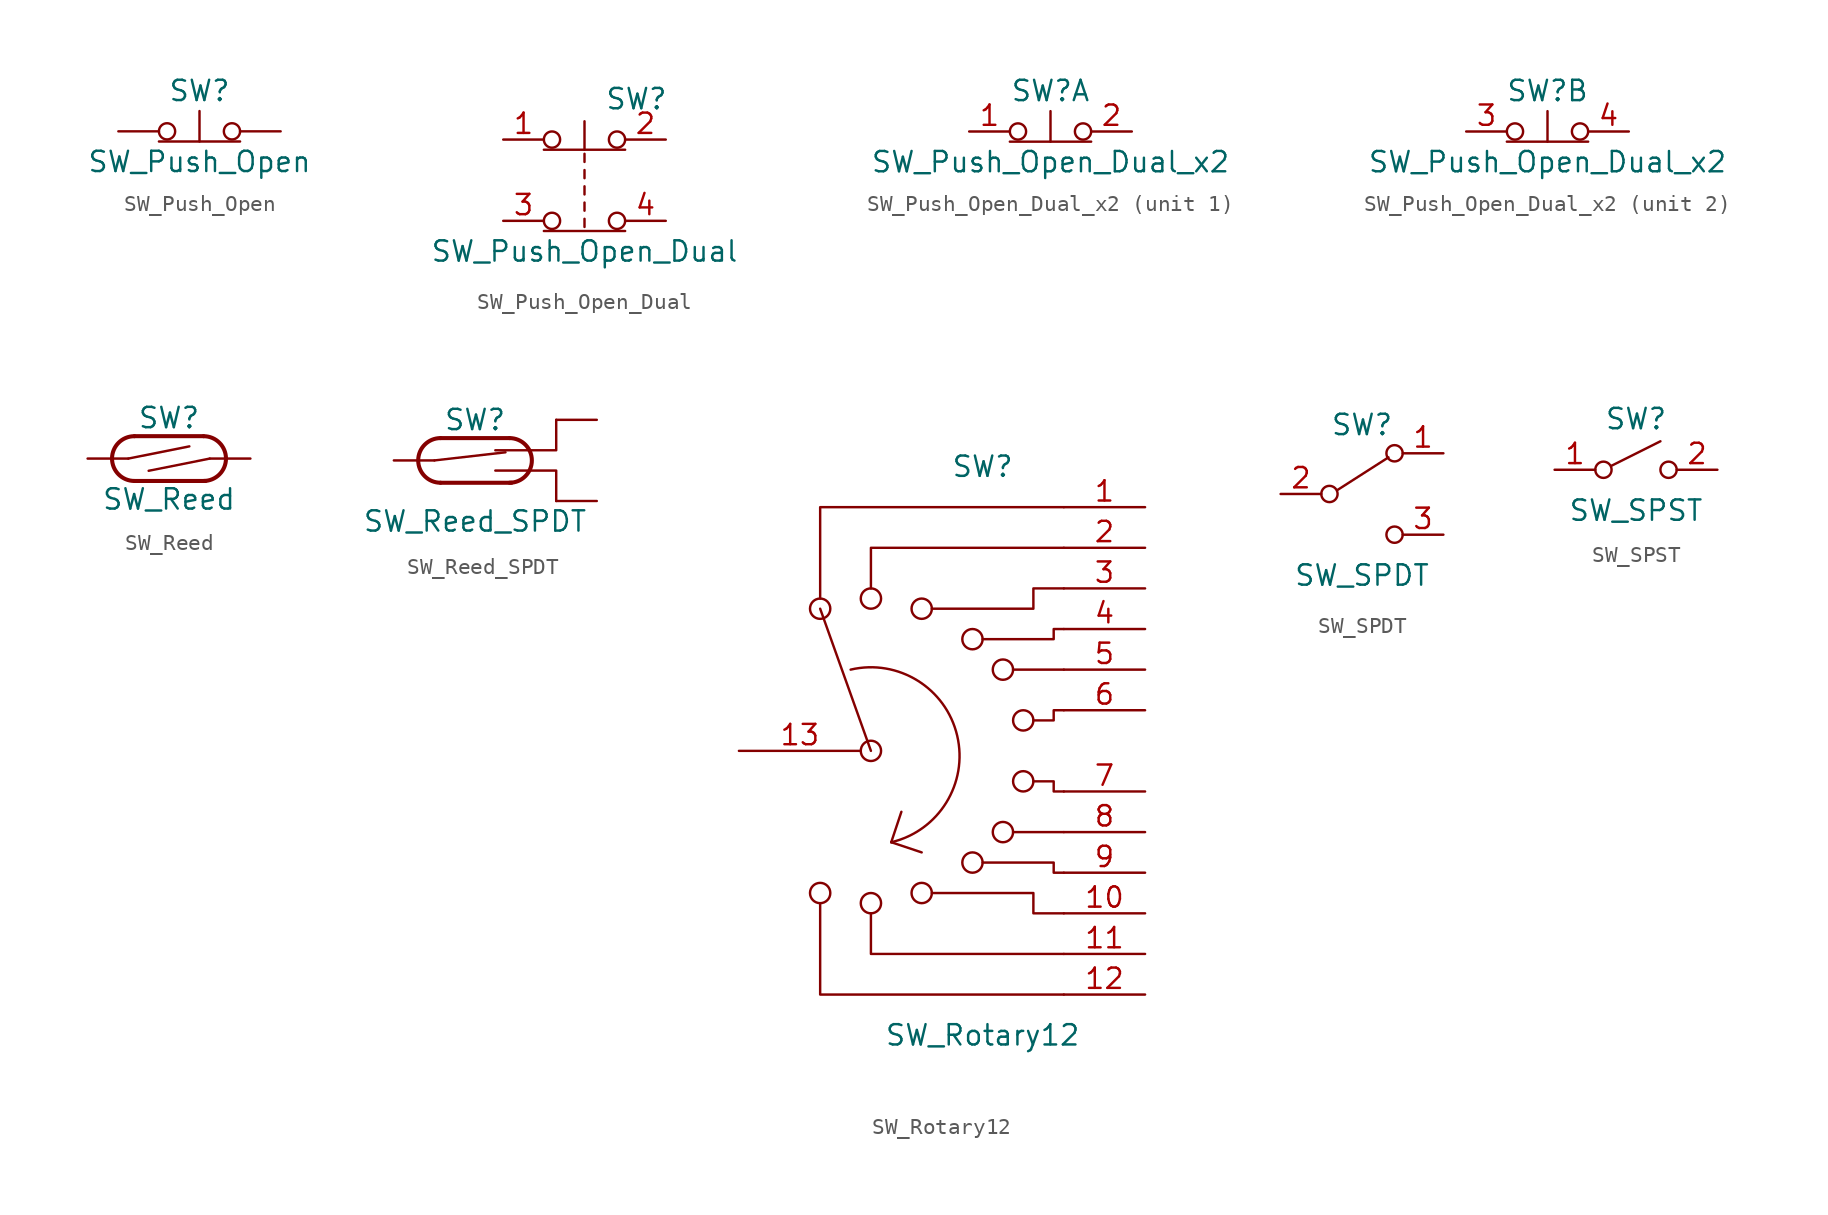
<source format=kicad_sym>
(kicad_symbol_lib
  (version 20211014)
  (generator kicad_symbol_editor)
  (symbol "SW_Push_Open"
    (pin_numbers hide)
    (pin_names
      (offset 1.016) hide)
    (property "Reference" "SW"
      (at 0 2.54 0)
      (effects (font (size 1.27 1.27))))
    (property "Value" "SW_Push_Open"
      (at 0 -1.905 0)
      (effects (font (size 1.27 1.27))))
    (symbol "SW_Push_Open_0_1"
      (circle (center -2.032 0) (radius 0.508) (stroke (width 0) (type default) (color 0 0 0 0)) (fill (type none)))
      (polyline (pts (xy -2.54 -0.635) (xy 2.54 -0.635)) (stroke (width 0) (type default) (color 0 0 0 0)) (fill (type none)))
      (polyline (pts (xy 0 -0.635) (xy 0 1.27)) (stroke (width 0) (type default) (color 0 0 0 0)) (fill (type none)))
      (circle (center 2.032 0) (radius 0.508) (stroke (width 0) (type default) (color 0 0 0 0)) (fill (type none)))
      (pin passive line (at -5.08 0 0) (length 2.54) (name "A" (effects (font (size 1.27 1.27)))) (number "1" (effects (font (size 1.27 1.27))))))
    (symbol "SW_Push_Open_1_1"
      (pin passive line (at 5.08 0 180) (length 2.54) (name "B" (effects (font (size 1.27 1.27)))) (number "2" (effects (font (size 1.27 1.27)))))))
  (symbol "SW_Push_Open_Dual"
    (pin_names
      (offset 1.016) hide)
    (property "Reference" "SW"
      (at 1.27 2.54 0)
      (effects (font (size 1.27 1.27)) (justify left)))
    (property "Value" "SW_Push_Open_Dual"
      (at 0 -6.985 0)
      (effects (font (size 1.27 1.27))))
    (symbol "SW_Push_Open_Dual_0_1"
      (circle (center -2.032 -5.08) (radius 0.508) (stroke (width 0) (type default) (color 0 0 0 0)) (fill (type none)))
      (circle (center -2.032 0) (radius 0.508) (stroke (width 0) (type default) (color 0 0 0 0)) (fill (type none)))
      (polyline (pts (xy 0 -4.953) (xy 0 -5.461)) (stroke (width 0) (type default) (color 0 0 0 0)) (fill (type none)))
      (polyline (pts (xy 0 -3.937) (xy 0 -4.445)) (stroke (width 0) (type default) (color 0 0 0 0)) (fill (type none)))
      (polyline (pts (xy 0 -3.429) (xy 0 -2.921)) (stroke (width 0) (type default) (color 0 0 0 0)) (fill (type none)))
      (polyline (pts (xy 0 -2.413) (xy 0 -1.905)) (stroke (width 0) (type default) (color 0 0 0 0)) (fill (type none)))
      (polyline (pts (xy 0 -1.397) (xy 0 -0.889)) (stroke (width 0) (type default) (color 0 0 0 0)) (fill (type none)))
      (polyline (pts (xy 0 -0.635) (xy 0 1.143)) (stroke (width 0) (type default) (color 0 0 0 0)) (fill (type none)))
      (polyline (pts (xy 2.54 -5.715) (xy -2.54 -5.715)) (stroke (width 0) (type default) (color 0 0 0 0)) (fill (type none)))
      (polyline (pts (xy 2.54 -0.635) (xy -2.54 -0.635)) (stroke (width 0) (type default) (color 0 0 0 0)) (fill (type none)))
      (circle (center 2.032 -5.08) (radius 0.508) (stroke (width 0) (type default) (color 0 0 0 0)) (fill (type none)))
      (circle (center 2.032 0) (radius 0.508) (stroke (width 0) (type default) (color 0 0 0 0)) (fill (type none)))
      (pin passive line (at -5.08 0 0) (length 2.54) (name "1" (effects (font (size 1.27 1.27)))) (number "1" (effects (font (size 1.27 1.27)))))
      (pin passive line (at 5.08 0 180) (length 2.54) (name "2" (effects (font (size 1.27 1.27)))) (number "2" (effects (font (size 1.27 1.27)))))
      (pin passive line (at -5.08 -5.08 0) (length 2.54) (name "3" (effects (font (size 1.27 1.27)))) (number "3" (effects (font (size 1.27 1.27)))))
      (pin passive line (at 5.08 -5.08 180) (length 2.54) (name "4" (effects (font (size 1.27 1.27)))) (number "4" (effects (font (size 1.27 1.27)))))))
  (symbol "SW_Push_Open_Dual_x2"
    (pin_names
      (offset 1.016) hide)
    (property "Reference" "SW"
      (at 0 2.54 0)
      (effects (font (size 1.27 1.27))))
    (property "Value" "SW_Push_Open_Dual_x2"
      (at 0 -1.905 0)
      (effects (font (size 1.27 1.27))))
    (symbol "SW_Push_Open_Dual_x2_0_1"
      (circle (center -2.032 0) (radius 0.508) (stroke (width 0) (type default) (color 0 0 0 0)) (fill (type none)))
      (polyline (pts (xy -2.54 -0.635) (xy 2.54 -0.635)) (stroke (width 0) (type default) (color 0 0 0 0)) (fill (type none)))
      (polyline (pts (xy 0 -0.635) (xy 0 1.27)) (stroke (width 0) (type default) (color 0 0 0 0)) (fill (type none)))
      (circle (center 2.032 0) (radius 0.508) (stroke (width 0) (type default) (color 0 0 0 0)) (fill (type none))))
    (symbol "SW_Push_Open_Dual_x2_1_1"
      (pin passive line (at -5.08 0 0) (length 2.54) (name "1" (effects (font (size 1.27 1.27)))) (number "1" (effects (font (size 1.27 1.27)))))
      (pin passive line (at 5.08 0 180) (length 2.54) (name "2" (effects (font (size 1.27 1.27)))) (number "2" (effects (font (size 1.27 1.27))))))
    (symbol "SW_Push_Open_Dual_x2_2_1"
      (pin passive line (at -5.08 0 0) (length 2.54) (name "1" (effects (font (size 1.27 1.27)))) (number "3" (effects (font (size 1.27 1.27)))))
      (pin passive line (at 5.08 0 180) (length 2.54) (name "2" (effects (font (size 1.27 1.27)))) (number "4" (effects (font (size 1.27 1.27)))))))
  (symbol "SW_Reed"
    (pin_numbers hide)
    (pin_names
      (offset 0) hide)
    (property "Reference" "SW"
      (at 0 2.54 0)
      (effects (font (size 1.27 1.27))))
    (property "Value" "SW_Reed"
      (at 0 -2.54 0)
      (effects (font (size 1.27 1.27))))
    (symbol "SW_Reed_0_0"
      (arc (start -2.159 1.397) (mid -3.556 0) (end -2.159 -1.397) (stroke (width 0.254) (type default) (color 0 0 0 0)) (fill (type none)))
      (polyline (pts (xy -2.54 0) (xy 1.27 0.762)) (stroke (width 0) (type default) (color 0 0 0 0)) (fill (type none)))
      (polyline (pts (xy -2.159 -1.397) (xy 2.286 -1.397)) (stroke (width 0.254) (type default) (color 0 0 0 0)) (fill (type none)))
      (polyline (pts (xy 2.159 1.397) (xy -2.159 1.397)) (stroke (width 0.254) (type default) (color 0 0 0 0)) (fill (type none)))
      (polyline (pts (xy 2.54 0) (xy -1.27 -0.762)) (stroke (width 0) (type default) (color 0 0 0 0)) (fill (type none)))
      (arc (start 2.159 -1.397) (mid 3.556 0) (end 2.159 1.397) (stroke (width 0.254) (type default) (color 0 0 0 0)) (fill (type none))))
    (symbol "SW_Reed_1_1"
      (pin passive line (at -5.08 0 0) (length 2.54) (name "1" (effects (font (size 1.27 1.27)))) (number "1" (effects (font (size 1.27 1.27)))))
      (pin passive line (at 5.08 0 180) (length 2.54) (name "2" (effects (font (size 1.27 1.27)))) (number "2" (effects (font (size 1.27 1.27)))))))
  (symbol "SW_Reed_SPDT"
    (pin_numbers hide)
    (pin_names
      (offset 0) hide)
    (property "Reference" "SW"
      (at 0 2.54 0)
      (effects (font (size 1.27 1.27))))
    (property "Value" "SW_Reed_SPDT"
      (at 0 -3.81 0)
      (effects (font (size 1.27 1.27))))
    (symbol "SW_Reed_SPDT_0_0"
      (arc (start -2.159 1.397) (mid -3.556 0) (end -2.159 -1.397) (stroke (width 0.254) (type default) (color 0 0 0 0)) (fill (type none)))
      (polyline (pts (xy -2.54 0) (xy 1.905 0.508)) (stroke (width 0) (type default) (color 0 0 0 0)) (fill (type none)))
      (polyline (pts (xy -2.159 -1.397) (xy 2.286 -1.397)) (stroke (width 0.254) (type default) (color 0 0 0 0)) (fill (type none)))
      (polyline (pts (xy 2.159 1.397) (xy -2.159 1.397)) (stroke (width 0.254) (type default) (color 0 0 0 0)) (fill (type none)))
      (arc (start 2.159 -1.397) (mid 3.556 0) (end 2.159 1.397) (stroke (width 0.254) (type default) (color 0 0 0 0)) (fill (type none))))
    (symbol "SW_Reed_SPDT_0_1"
      (polyline (pts (xy 1.27 -0.635) (xy 5.08 -0.635) (xy 5.08 -2.54)) (stroke (width 0) (type default) (color 0 0 0 0)) (fill (type none)))
      (polyline (pts (xy 1.27 0.635) (xy 5.08 0.635) (xy 5.08 2.54)) (stroke (width 0) (type default) (color 0 0 0 0)) (fill (type none))))
    (symbol "SW_Reed_SPDT_1_1"
      (pin passive line (at 7.62 2.54 180) (length 2.54) (name "1" (effects (font (size 1.27 1.27)))) (number "1" (effects (font (size 1.27 1.27)))))
      (pin passive line (at -5.08 0 0) (length 2.54) (name "2" (effects (font (size 1.27 1.27)))) (number "2" (effects (font (size 1.27 1.27)))))
      (pin passive line (at 7.62 -2.54 180) (length 2.54) (name "3" (effects (font (size 1.27 1.27)))) (number "3" (effects (font (size 1.27 1.27)))))))
  (symbol "SW_Rotary12"
    (pin_names
      (offset 1.016) hide)
    (property "Reference" "SW"
      (at 0 17.78 0)
      (effects (font (size 1.27 1.27))))
    (property "Value" "SW_Rotary12"
      (at 0 -17.78 0)
      (effects (font (size 1.27 1.27))))
    (symbol "SW_Rotary12_0_0"
      (circle (center -10.16 -8.89) (radius 0.635) (stroke (width 0) (type default) (color 0 0 0 0)) (fill (type none)))
      (circle (center -10.16 8.89) (radius 0.635) (stroke (width 0) (type default) (color 0 0 0 0)) (fill (type none)))
      (circle (center -6.985 -9.525) (radius 0.635) (stroke (width 0) (type default) (color 0 0 0 0)) (fill (type none)))
      (circle (center -6.985 0) (radius 0.635) (stroke (width 0) (type default) (color 0 0 0 0)) (fill (type none)))
      (circle (center -6.985 9.525) (radius 0.635) (stroke (width 0) (type default) (color 0 0 0 0)) (fill (type none)))
      (arc (start -5.715 -5.715) (mid -1.5995 0.937) (end -8.255 5.08) (stroke (width 0) (type default) (color 0 0 0 0)) (fill (type none)))
      (circle (center -3.81 -8.89) (radius 0.635) (stroke (width 0) (type default) (color 0 0 0 0)) (fill (type none)))
      (circle (center -3.81 8.89) (radius 0.635) (stroke (width 0) (type default) (color 0 0 0 0)) (fill (type none)))
      (circle (center -0.635 -6.985) (radius 0.635) (stroke (width 0) (type default) (color 0 0 0 0)) (fill (type none)))
      (circle (center -0.635 6.985) (radius 0.635) (stroke (width 0) (type default) (color 0 0 0 0)) (fill (type none)))
      (polyline (pts (xy -6.985 0) (xy -10.16 8.89)) (stroke (width 0) (type default) (color 0 0 0 0)) (fill (type none)))
      (polyline (pts (xy -5.715 -5.715) (xy -5.08 -3.81)) (stroke (width 0) (type default) (color 0 0 0 0)) (fill (type none)))
      (polyline (pts (xy -5.715 -5.715) (xy -3.81 -6.35)) (stroke (width 0) (type default) (color 0 0 0 0)) (fill (type none)))
      (polyline (pts (xy 1.905 -5.08) (xy 5.08 -5.08)) (stroke (width 0) (type default) (color 0 0 0 0)) (fill (type none)))
      (polyline (pts (xy 1.905 5.08) (xy 5.08 5.08)) (stroke (width 0) (type default) (color 0 0 0 0)) (fill (type none)))
      (polyline (pts (xy -10.16 -9.525) (xy -10.16 -15.24) (xy 5.08 -15.24)) (stroke (width 0) (type default) (color 0 0 0 0)) (fill (type none)))
      (polyline (pts (xy -10.16 9.525) (xy -10.16 15.24) (xy 5.08 15.24)) (stroke (width 0) (type default) (color 0 0 0 0)) (fill (type none)))
      (polyline (pts (xy -6.985 -10.16) (xy -6.985 -12.7) (xy 5.08 -12.7)) (stroke (width 0) (type default) (color 0 0 0 0)) (fill (type none)))
      (polyline (pts (xy -6.985 10.16) (xy -6.985 12.7) (xy 5.08 12.7)) (stroke (width 0) (type default) (color 0 0 0 0)) (fill (type none)))
      (polyline (pts (xy -3.175 -8.89) (xy 3.175 -8.89) (xy 3.175 -10.16) (xy 5.08 -10.16)) (stroke (width 0) (type default) (color 0 0 0 0)) (fill (type none)))
      (polyline (pts (xy -3.175 8.89) (xy 3.175 8.89) (xy 3.175 10.16) (xy 5.08 10.16)) (stroke (width 0) (type default) (color 0 0 0 0)) (fill (type none)))
      (polyline (pts (xy 0 -6.985) (xy 4.445 -6.985) (xy 4.445 -7.62) (xy 5.08 -7.62)) (stroke (width 0) (type default) (color 0 0 0 0)) (fill (type none)))
      (polyline (pts (xy 0 6.985) (xy 4.445 6.985) (xy 4.445 7.62) (xy 5.08 7.62)) (stroke (width 0) (type default) (color 0 0 0 0)) (fill (type none)))
      (polyline (pts (xy 3.175 -1.905) (xy 4.445 -1.905) (xy 4.445 -2.54) (xy 5.08 -2.54)) (stroke (width 0) (type default) (color 0 0 0 0)) (fill (type none)))
      (polyline (pts (xy 3.175 1.905) (xy 4.445 1.905) (xy 4.445 2.54) (xy 5.08 2.54)) (stroke (width 0) (type default) (color 0 0 0 0)) (fill (type none)))
      (circle (center 1.27 -5.08) (radius 0.635) (stroke (width 0) (type default) (color 0 0 0 0)) (fill (type none)))
      (circle (center 1.27 5.08) (radius 0.635) (stroke (width 0) (type default) (color 0 0 0 0)) (fill (type none)))
      (circle (center 2.54 -1.905) (radius 0.635) (stroke (width 0) (type default) (color 0 0 0 0)) (fill (type none)))
      (circle (center 2.54 1.905) (radius 0.635) (stroke (width 0) (type default) (color 0 0 0 0)) (fill (type none))))
    (symbol "SW_Rotary12_0_1"
      (pin passive line (at 10.16 15.24 180) (length 5.08) (name "1" (effects (font (size 1.27 1.27)))) (number "1" (effects (font (size 1.27 1.27)))))
      (pin passive line (at 10.16 -10.16 180) (length 5.08) (name "10" (effects (font (size 1.27 1.27)))) (number "10" (effects (font (size 1.27 1.27)))))
      (pin passive line (at 10.16 -12.7 180) (length 5.08) (name "11" (effects (font (size 1.27 1.27)))) (number "11" (effects (font (size 1.27 1.27)))))
      (pin passive line (at 10.16 -15.24 180) (length 5.08) (name "12" (effects (font (size 1.27 1.27)))) (number "12" (effects (font (size 1.27 1.27)))))
      (pin passive line (at -15.24 0 0) (length 7.62) (name "13" (effects (font (size 1.27 1.27)))) (number "13" (effects (font (size 1.27 1.27)))))
      (pin passive line (at 10.16 12.7 180) (length 5.08) (name "2" (effects (font (size 1.27 1.27)))) (number "2" (effects (font (size 1.27 1.27)))))
      (pin passive line (at 10.16 10.16 180) (length 5.08) (name "3" (effects (font (size 1.27 1.27)))) (number "3" (effects (font (size 1.27 1.27)))))
      (pin passive line (at 10.16 7.62 180) (length 5.08) (name "4" (effects (font (size 1.27 1.27)))) (number "4" (effects (font (size 1.27 1.27)))))
      (pin passive line (at 10.16 5.08 180) (length 5.08) (name "5" (effects (font (size 1.27 1.27)))) (number "5" (effects (font (size 1.27 1.27)))))
      (pin passive line (at 10.16 2.54 180) (length 5.08) (name "6" (effects (font (size 1.27 1.27)))) (number "6" (effects (font (size 1.27 1.27)))))
      (pin passive line (at 10.16 -2.54 180) (length 5.08) (name "7" (effects (font (size 1.27 1.27)))) (number "7" (effects (font (size 1.27 1.27)))))
      (pin passive line (at 10.16 -5.08 180) (length 5.08) (name "8" (effects (font (size 1.27 1.27)))) (number "8" (effects (font (size 1.27 1.27)))))
      (pin passive line (at 10.16 -7.62 180) (length 5.08) (name "9" (effects (font (size 1.27 1.27)))) (number "9" (effects (font (size 1.27 1.27)))))))
  (symbol "SW_SPDT"
    (pin_names
      (offset 0) hide)
    (property "Reference" "SW"
      (at 0 4.318 0)
      (effects (font (size 1.27 1.27))))
    (property "Value" "SW_SPDT"
      (at 0 -5.08 0)
      (effects (font (size 1.27 1.27))))
    (symbol "SW_SPDT_0_0"
      (circle (center -2.032 0) (radius 0.508) (stroke (width 0) (type default) (color 0 0 0 0)) (fill (type none)))
      (circle (center 2.032 -2.54) (radius 0.508) (stroke (width 0) (type default) (color 0 0 0 0)) (fill (type none))))
    (symbol "SW_SPDT_0_1"
      (polyline (pts (xy -1.524 0.254) (xy 1.651 2.286)) (stroke (width 0) (type default) (color 0 0 0 0)) (fill (type none)))
      (circle (center 2.032 2.54) (radius 0.508) (stroke (width 0) (type default) (color 0 0 0 0)) (fill (type none))))
    (symbol "SW_SPDT_1_1"
      (pin passive line (at 5.08 2.54 180) (length 2.54) (name "A" (effects (font (size 1.27 1.27)))) (number "1" (effects (font (size 1.27 1.27)))))
      (pin passive line (at -5.08 0 0) (length 2.54) (name "B" (effects (font (size 1.27 1.27)))) (number "2" (effects (font (size 1.27 1.27)))))
      (pin passive line (at 5.08 -2.54 180) (length 2.54) (name "C" (effects (font (size 1.27 1.27)))) (number "3" (effects (font (size 1.27 1.27)))))))
  (symbol "SW_SPST"
    (pin_names
      (offset 0) hide)
    (property "Reference" "SW"
      (at 0 3.175 0)
      (effects (font (size 1.27 1.27))))
    (property "Value" "SW_SPST"
      (at 0 -2.54 0)
      (effects (font (size 1.27 1.27))))
    (symbol "SW_SPST_0_0"
      (circle (center -2.032 0) (radius 0.508) (stroke (width 0) (type default) (color 0 0 0 0)) (fill (type none)))
      (polyline (pts (xy -1.524 0.254) (xy 1.524 1.778)) (stroke (width 0) (type default) (color 0 0 0 0)) (fill (type none)))
      (circle (center 2.032 0) (radius 0.508) (stroke (width 0) (type default) (color 0 0 0 0)) (fill (type none))))
    (symbol "SW_SPST_1_1"
      (pin passive line (at -5.08 0 0) (length 2.54) (name "A" (effects (font (size 1.27 1.27)))) (number "1" (effects (font (size 1.27 1.27)))))
      (pin passive line (at 5.08 0 180) (length 2.54) (name "B" (effects (font (size 1.27 1.27)))) (number "2" (effects (font (size 1.27 1.27))))))))
</source>
